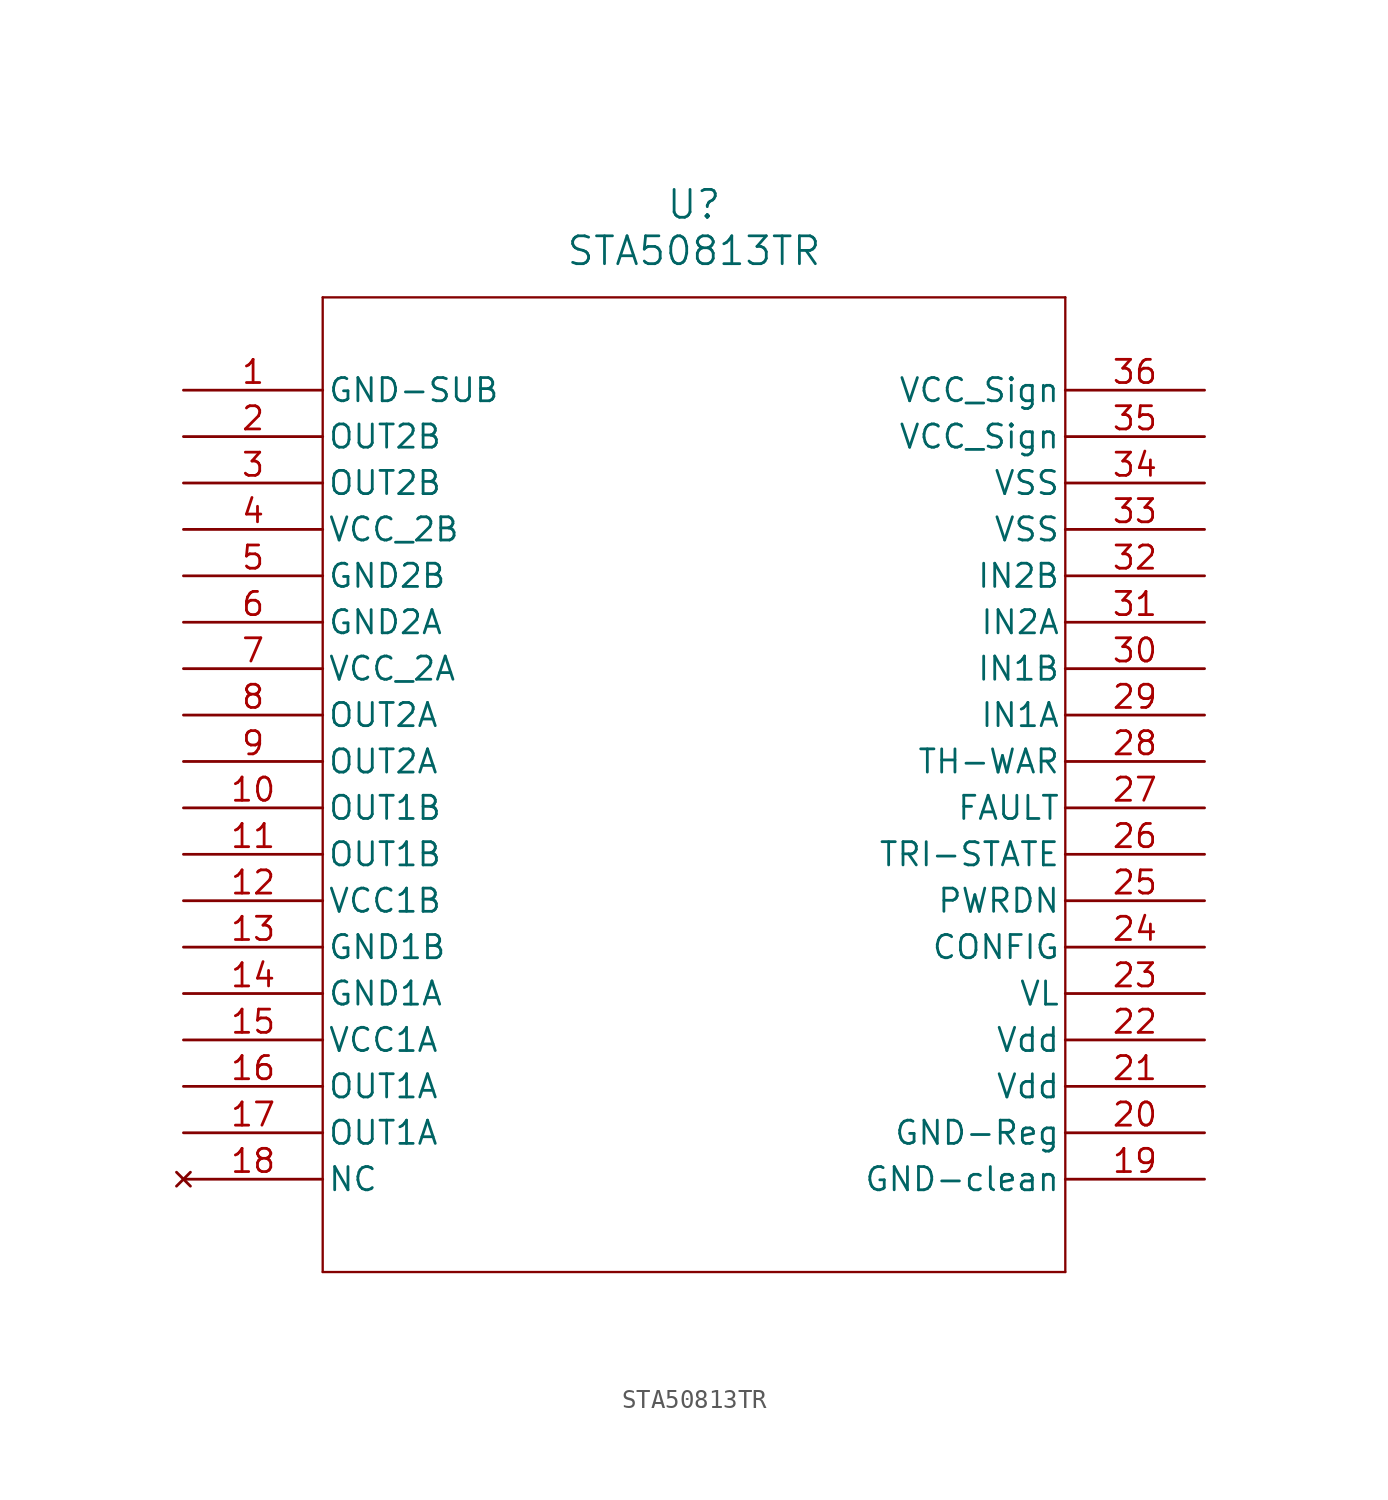
<source format=kicad_sym>
(kicad_symbol_lib
  (version 20211014)
  (generator kicad_symbol_editor)
  (symbol "STA50813TR"
    (pin_names
      (offset 0.254))
    (property "Reference" "U"
      (at 27.94 10.16 0)
      (effects (font (size 1.524 1.524))))
    (property "Value" "STA50813TR"
      (at 27.94 7.62 0)
      (effects (font (size 1.524 1.524))))
    (symbol "STA50813TR_0_1"
      (polyline (pts (xy 7.62 5.08) (xy 7.62 -48.26)) (stroke (width 0.127) (type default) (color 0 0 0 0)) (fill (type none)))
      (polyline (pts (xy 7.62 -48.26) (xy 48.26 -48.26)) (stroke (width 0.127) (type default) (color 0 0 0 0)) (fill (type none)))
      (polyline (pts (xy 48.26 -48.26) (xy 48.26 5.08)) (stroke (width 0.127) (type default) (color 0 0 0 0)) (fill (type none)))
      (polyline (pts (xy 48.26 5.08) (xy 7.62 5.08)) (stroke (width 0.127) (type default) (color 0 0 0 0)) (fill (type none)))
      (pin power_out line (at 0 0 0) (length 7.62) (name "GND-SUB" (effects (font (size 1.27 1.27)))) (number "1" (effects (font (size 1.27 1.27)))))
      (pin output line (at 0 -2.54 0) (length 7.62) (name "OUT2B" (effects (font (size 1.27 1.27)))) (number "2" (effects (font (size 1.27 1.27)))))
      (pin output line (at 0 -5.08 0) (length 7.62) (name "OUT2B" (effects (font (size 1.27 1.27)))) (number "3" (effects (font (size 1.27 1.27)))))
      (pin power_in line (at 0 -7.62 0) (length 7.62) (name "VCC 2B" (effects (font (size 1.27 1.27)))) (number "4" (effects (font (size 1.27 1.27)))))
      (pin power_out line (at 0 -10.16 0) (length 7.62) (name "GND2B" (effects (font (size 1.27 1.27)))) (number "5" (effects (font (size 1.27 1.27)))))
      (pin power_out line (at 0 -12.7 0) (length 7.62) (name "GND2A" (effects (font (size 1.27 1.27)))) (number "6" (effects (font (size 1.27 1.27)))))
      (pin power_in line (at 0 -15.24 0) (length 7.62) (name "VCC 2A" (effects (font (size 1.27 1.27)))) (number "7" (effects (font (size 1.27 1.27)))))
      (pin output line (at 0 -17.78 0) (length 7.62) (name "OUT2A" (effects (font (size 1.27 1.27)))) (number "8" (effects (font (size 1.27 1.27)))))
      (pin output line (at 0 -20.32 0) (length 7.62) (name "OUT2A" (effects (font (size 1.27 1.27)))) (number "9" (effects (font (size 1.27 1.27)))))
      (pin output line (at 0 -22.86 0) (length 7.62) (name "OUT1B" (effects (font (size 1.27 1.27)))) (number "10" (effects (font (size 1.27 1.27)))))
      (pin output line (at 0 -25.4 0) (length 7.62) (name "OUT1B" (effects (font (size 1.27 1.27)))) (number "11" (effects (font (size 1.27 1.27)))))
      (pin power_in line (at 0 -27.94 0) (length 7.62) (name "VCC1B" (effects (font (size 1.27 1.27)))) (number "12" (effects (font (size 1.27 1.27)))))
      (pin power_out line (at 0 -30.48 0) (length 7.62) (name "GND1B" (effects (font (size 1.27 1.27)))) (number "13" (effects (font (size 1.27 1.27)))))
      (pin power_out line (at 0 -33.02 0) (length 7.62) (name "GND1A" (effects (font (size 1.27 1.27)))) (number "14" (effects (font (size 1.27 1.27)))))
      (pin power_in line (at 0 -35.56 0) (length 7.62) (name "VCC1A" (effects (font (size 1.27 1.27)))) (number "15" (effects (font (size 1.27 1.27)))))
      (pin output line (at 0 -38.1 0) (length 7.62) (name "OUT1A" (effects (font (size 1.27 1.27)))) (number "16" (effects (font (size 1.27 1.27)))))
      (pin output line (at 0 -40.64 0) (length 7.62) (name "OUT1A" (effects (font (size 1.27 1.27)))) (number "17" (effects (font (size 1.27 1.27)))))
      (pin no_connect line (at 0 -43.18 0) (length 7.62) (name "NC" (effects (font (size 1.27 1.27)))) (number "18" (effects (font (size 1.27 1.27)))))
      (pin power_out line (at 55.88 -43.18 180) (length 7.62) (name "GND-clean" (effects (font (size 1.27 1.27)))) (number "19" (effects (font (size 1.27 1.27)))))
      (pin power_out line (at 55.88 -40.64 180) (length 7.62) (name "GND-Reg" (effects (font (size 1.27 1.27)))) (number "20" (effects (font (size 1.27 1.27)))))
      (pin power_in line (at 55.88 -38.1 180) (length 7.62) (name "Vdd" (effects (font (size 1.27 1.27)))) (number "21" (effects (font (size 1.27 1.27)))))
      (pin power_in line (at 55.88 -35.56 180) (length 7.62) (name "Vdd" (effects (font (size 1.27 1.27)))) (number "22" (effects (font (size 1.27 1.27)))))
      (pin unspecified line (at 55.88 -33.02 180) (length 7.62) (name "VL" (effects (font (size 1.27 1.27)))) (number "23" (effects (font (size 1.27 1.27)))))
      (pin unspecified line (at 55.88 -30.48 180) (length 7.62) (name "CONFIG" (effects (font (size 1.27 1.27)))) (number "24" (effects (font (size 1.27 1.27)))))
      (pin unspecified line (at 55.88 -27.94 180) (length 7.62) (name "PWRDN" (effects (font (size 1.27 1.27)))) (number "25" (effects (font (size 1.27 1.27)))))
      (pin unspecified line (at 55.88 -25.4 180) (length 7.62) (name "TRI-STATE" (effects (font (size 1.27 1.27)))) (number "26" (effects (font (size 1.27 1.27)))))
      (pin unspecified line (at 55.88 -22.86 180) (length 7.62) (name "FAULT" (effects (font (size 1.27 1.27)))) (number "27" (effects (font (size 1.27 1.27)))))
      (pin unspecified line (at 55.88 -20.32 180) (length 7.62) (name "TH-WAR" (effects (font (size 1.27 1.27)))) (number "28" (effects (font (size 1.27 1.27)))))
      (pin input line (at 55.88 -17.78 180) (length 7.62) (name "IN1A" (effects (font (size 1.27 1.27)))) (number "29" (effects (font (size 1.27 1.27)))))
      (pin input line (at 55.88 -15.24 180) (length 7.62) (name "IN1B" (effects (font (size 1.27 1.27)))) (number "30" (effects (font (size 1.27 1.27)))))
      (pin input line (at 55.88 -12.7 180) (length 7.62) (name "IN2A" (effects (font (size 1.27 1.27)))) (number "31" (effects (font (size 1.27 1.27)))))
      (pin input line (at 55.88 -10.16 180) (length 7.62) (name "IN2B" (effects (font (size 1.27 1.27)))) (number "32" (effects (font (size 1.27 1.27)))))
      (pin power_out line (at 55.88 -7.62 180) (length 7.62) (name "VSS" (effects (font (size 1.27 1.27)))) (number "33" (effects (font (size 1.27 1.27)))))
      (pin power_out line (at 55.88 -5.08 180) (length 7.62) (name "VSS" (effects (font (size 1.27 1.27)))) (number "34" (effects (font (size 1.27 1.27)))))
      (pin power_in line (at 55.88 -2.54 180) (length 7.62) (name "VCC Sign" (effects (font (size 1.27 1.27)))) (number "35" (effects (font (size 1.27 1.27)))))
      (pin power_in line (at 55.88 0 180) (length 7.62) (name "VCC Sign" (effects (font (size 1.27 1.27)))) (number "36" (effects (font (size 1.27 1.27))))))))
</source>
